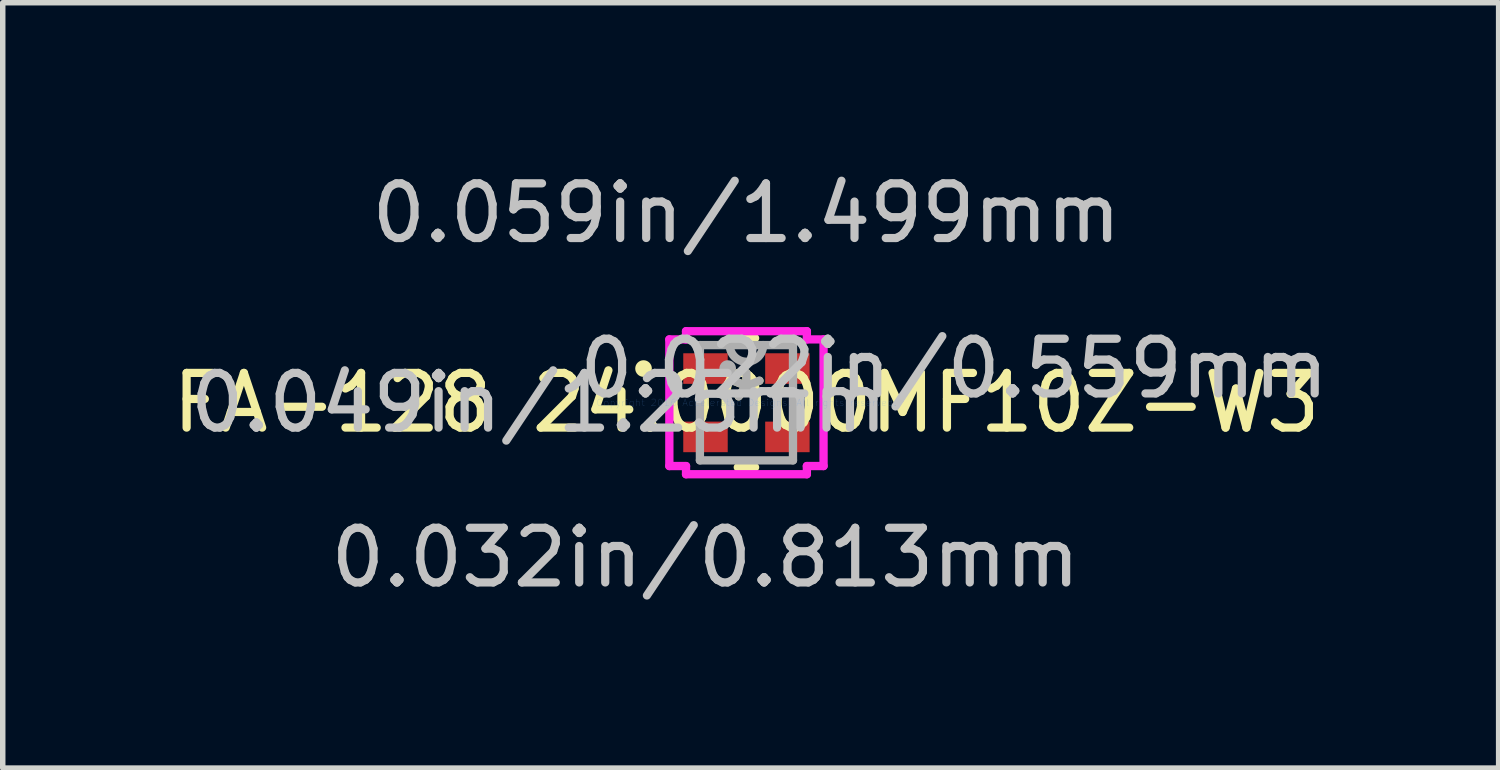
<source format=kicad_pcb>
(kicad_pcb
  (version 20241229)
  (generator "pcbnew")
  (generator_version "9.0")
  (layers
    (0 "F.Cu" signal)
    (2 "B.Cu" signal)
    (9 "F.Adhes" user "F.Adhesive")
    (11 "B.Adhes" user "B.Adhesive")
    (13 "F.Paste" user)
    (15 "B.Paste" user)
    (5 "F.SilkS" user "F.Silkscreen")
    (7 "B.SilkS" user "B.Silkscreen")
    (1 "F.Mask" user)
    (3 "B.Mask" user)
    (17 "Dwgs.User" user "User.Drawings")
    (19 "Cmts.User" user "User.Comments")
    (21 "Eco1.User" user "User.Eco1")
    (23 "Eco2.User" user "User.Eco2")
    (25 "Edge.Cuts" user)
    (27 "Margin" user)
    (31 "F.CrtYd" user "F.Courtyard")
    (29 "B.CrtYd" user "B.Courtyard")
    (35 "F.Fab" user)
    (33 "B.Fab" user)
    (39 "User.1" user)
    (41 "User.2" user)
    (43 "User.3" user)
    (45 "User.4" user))
  (footprint "FA-128 24.0000MF10Z-W3"
    (layer "F.Cu")
    (at 10.601 4.315)
    (property "Reference" "FA-128 24.0000MF10Z-W3" (at 0 0 0) (layer "F.SilkS") (effects (font (size 1 1) (thickness 0.15))))
    (attr through_hole)
    (fp_line (start -0.158 1.181) (end 0.158 1.181) (stroke (width 0.152) (type solid)) (layer "F.SilkS"))
    (fp_line (start 0.158 -1.181) (end -0.158 -1.181) (stroke (width 0.152) (type solid)) (layer "F.SilkS"))
    (fp_circle (center -1.882 -0.625) (end -1.806 -0.625) (stroke (width 0.152) (type solid)) (fill no) (layer "F.SilkS"))
    (fp_line (start -1.41 -1.158) (end -1.105 -1.158) (stroke (width 0.152) (type solid)) (layer "F.CrtYd"))
    (fp_line (start -1.41 1.158) (end -1.41 -1.158) (stroke (width 0.152) (type solid)) (layer "F.CrtYd"))
    (fp_line (start -1.105 -1.308) (end 1.105 -1.308) (stroke (width 0.152) (type solid)) (layer "F.CrtYd"))
    (fp_line (start -1.105 -1.158) (end -1.105 -1.308) (stroke (width 0.152) (type solid)) (layer "F.CrtYd"))
    (fp_line (start -1.105 1.158) (end -1.41 1.158) (stroke (width 0.152) (type solid)) (layer "F.CrtYd"))
    (fp_line (start -1.105 1.308) (end -1.105 1.158) (stroke (width 0.152) (type solid)) (layer "F.CrtYd"))
    (fp_line (start 1.105 -1.308) (end 1.105 -1.158) (stroke (width 0.152) (type solid)) (layer "F.CrtYd"))
    (fp_line (start 1.105 -1.158) (end 1.41 -1.158) (stroke (width 0.152) (type solid)) (layer "F.CrtYd"))
    (fp_line (start 1.105 1.158) (end 1.105 1.308) (stroke (width 0.152) (type solid)) (layer "F.CrtYd"))
    (fp_line (start 1.105 1.308) (end -1.105 1.308) (stroke (width 0.152) (type solid)) (layer "F.CrtYd"))
    (fp_line (start 1.41 -1.158) (end 1.41 1.158) (stroke (width 0.152) (type solid)) (layer "F.CrtYd"))
    (fp_line (start 1.41 1.158) (end 1.105 1.158) (stroke (width 0.152) (type solid)) (layer "F.CrtYd"))
    (fp_line (start -0.851 -1.054) (end -0.851 1.054) (stroke (width 0.152) (type solid)) (layer "F.Fab"))
    (fp_line (start -0.851 1.054) (end 0.851 1.054) (stroke (width 0.152) (type solid)) (layer "F.Fab"))
    (fp_line (start 0.851 -1.054) (end -0.851 -1.054) (stroke (width 0.152) (type solid)) (layer "F.Fab"))
    (fp_line (start 0.851 1.054) (end 0.851 -1.054) (stroke (width 0.152) (type solid)) (layer "F.Fab"))
    (fp_arc (start 0.3048 -1.0541) (mid 0 -0.7493) (end -0.3048 -1.0541) (stroke (width 0.1524) (type solid)) (layer "F.Fab"))
    (fp_circle (center -0.343 -0.625) (end -0.343 -0.625) (stroke (width 0.152) (type solid)) (fill no) (layer "F.Fab"))
    (fp_text user "*" (at 0 0 0) (layer "F.SilkS") (effects (font (size 1 1) (thickness 0.15))))
    (fp_text user "0.022in/0.559mm" (at 3.797 -0.625 0) (layer "Dwgs.User") (effects (font (size 1 1) (thickness 0.15))))
    (fp_text user "0.049in/1.25mm" (at -3.797 0 0) (layer "Dwgs.User") (effects (font (size 1 1) (thickness 0.15))))
    (fp_text user "0.059in/1.499mm" (at 0 -3.467 0) (layer "Dwgs.User") (effects (font (size 1 1) (thickness 0.15))))
    (fp_text user "0.032in/0.813mm" (at -0.749 2.832 0) (layer "Dwgs.User") (effects (font (size 1 1) (thickness 0.15))))
    (fp_text user "Copyright 2016 Accelerated Designs. All rights reserved." (at 0 0 0) (layer "Cmts.User") (effects (font (size 0.127 0.127) (thickness 0.002))))
    (fp_text user "*" (at 0 0 0) (layer "F.Fab") (effects (font (size 1 1) (thickness 0.15))))
    (pad "1" smd rect (at -0.749 -0.625) (size 0.813 0.559) (layers "F.Cu" "F.Mask" "F.Paste"))
    (pad "2" smd rect (at -0.749 0.625) (size 0.813 0.559) (layers "F.Cu" "F.Mask" "F.Paste"))
    (pad "3" smd rect (at 0.749 0.625) (size 0.813 0.559) (layers "F.Cu" "F.Mask" "F.Paste"))
    (pad "4" smd rect (at 0.749 -0.625) (size 0.813 0.559) (layers "F.Cu" "F.Mask" "F.Paste")))
  (gr_rect
    (start -3 -3)
    (end 24.357 10.996)
    (stroke (width 0.1) (type default))
    (fill no)
    (layer "Edge.Cuts")))
</source>
